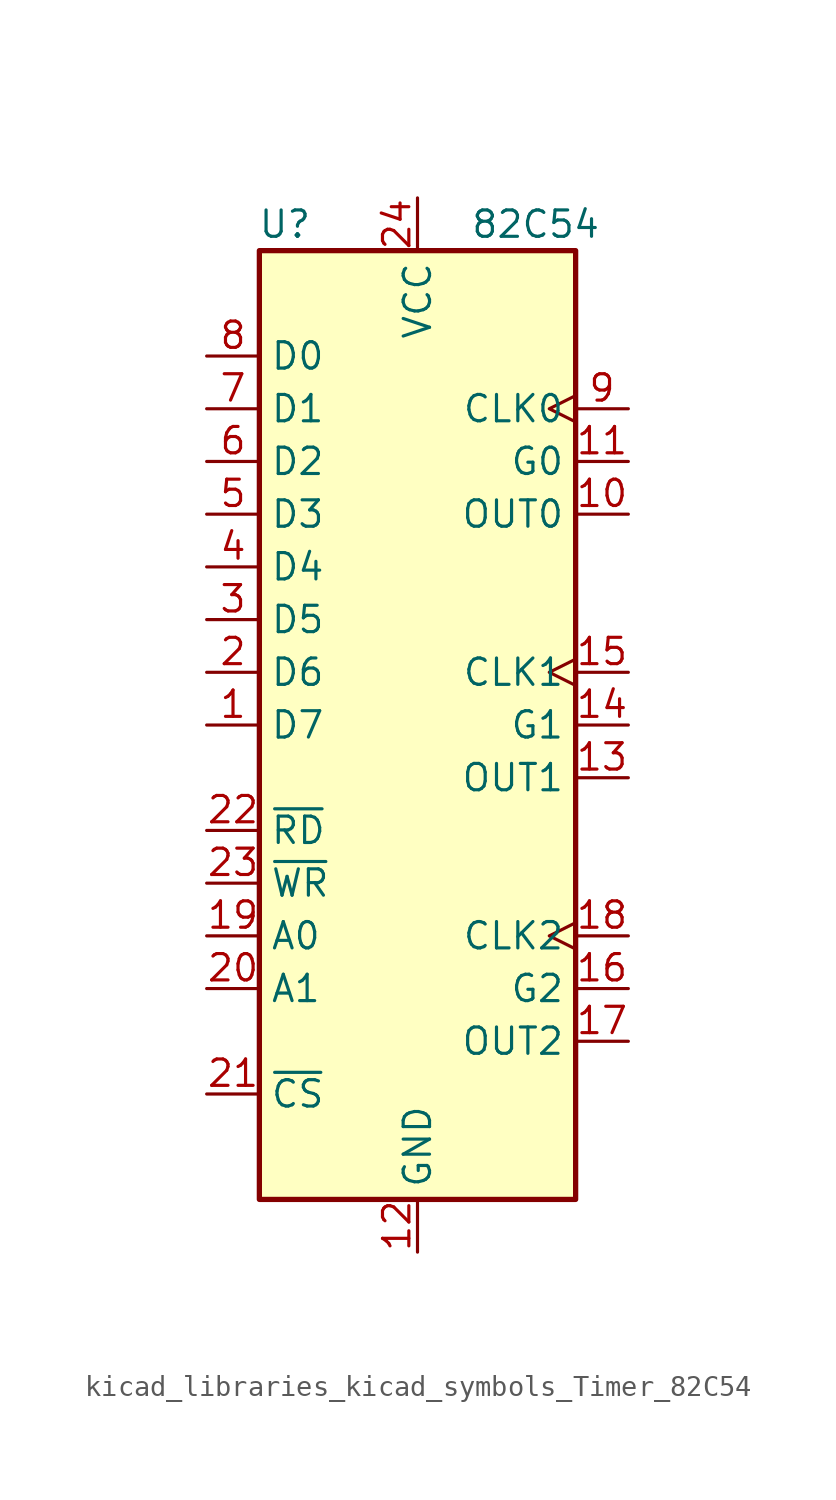
<source format=kicad_sym>
(kicad_symbol_lib
  (version 20220914)
  (generator kicad_symbol_editor)
  (symbol "kicad_libraries_kicad_symbols_Timer_82C54"
    (property "Reference" "U"
      (at -5.08 24.13 0)
      (effects (font (size 1.27 1.27)) (justify right)))
    (property "Value" "82C54"
      (at 2.54 24.13 0)
      (effects (font (size 1.27 1.27)) (justify left)))
    (symbol "kicad_libraries_kicad_symbols_Timer_82C54_0_1"
      (rectangle (start -7.62 -22.86) (end 7.62 22.86) (stroke (width 0.254) (type default)) (fill (type background))))
    (symbol "kicad_libraries_kicad_symbols_Timer_82C54_1_1"
      (pin bidirectional line (at -10.16 0 0) (length 2.54) (name "D7" (effects (font (size 1.27 1.27)))) (number "1" (effects (font (size 1.27 1.27)))))
      (pin output line (at 10.16 10.16 180) (length 2.54) (name "OUT0" (effects (font (size 1.27 1.27)))) (number "10" (effects (font (size 1.27 1.27)))))
      (pin input line (at 10.16 12.7 180) (length 2.54) (name "G0" (effects (font (size 1.27 1.27)))) (number "11" (effects (font (size 1.27 1.27)))))
      (pin power_in line (at 0 -25.4 90) (length 2.54) (name "GND" (effects (font (size 1.27 1.27)))) (number "12" (effects (font (size 1.27 1.27)))))
      (pin output line (at 10.16 -2.54 180) (length 2.54) (name "OUT1" (effects (font (size 1.27 1.27)))) (number "13" (effects (font (size 1.27 1.27)))))
      (pin input line (at 10.16 0 180) (length 2.54) (name "G1" (effects (font (size 1.27 1.27)))) (number "14" (effects (font (size 1.27 1.27)))))
      (pin input clock (at 10.16 2.54 180) (length 2.54) (name "CLK1" (effects (font (size 1.27 1.27)))) (number "15" (effects (font (size 1.27 1.27)))))
      (pin input line (at 10.16 -12.7 180) (length 2.54) (name "G2" (effects (font (size 1.27 1.27)))) (number "16" (effects (font (size 1.27 1.27)))))
      (pin output line (at 10.16 -15.24 180) (length 2.54) (name "OUT2" (effects (font (size 1.27 1.27)))) (number "17" (effects (font (size 1.27 1.27)))))
      (pin input clock (at 10.16 -10.16 180) (length 2.54) (name "CLK2" (effects (font (size 1.27 1.27)))) (number "18" (effects (font (size 1.27 1.27)))))
      (pin input line (at -10.16 -10.16 0) (length 2.54) (name "A0" (effects (font (size 1.27 1.27)))) (number "19" (effects (font (size 1.27 1.27)))))
      (pin bidirectional line (at -10.16 2.54 0) (length 2.54) (name "D6" (effects (font (size 1.27 1.27)))) (number "2" (effects (font (size 1.27 1.27)))))
      (pin input line (at -10.16 -12.7 0) (length 2.54) (name "A1" (effects (font (size 1.27 1.27)))) (number "20" (effects (font (size 1.27 1.27)))))
      (pin input line (at -10.16 -17.78 0) (length 2.54) (name "~{CS}" (effects (font (size 1.27 1.27)))) (number "21" (effects (font (size 1.27 1.27)))))
      (pin input line (at -10.16 -5.08 0) (length 2.54) (name "~{RD}" (effects (font (size 1.27 1.27)))) (number "22" (effects (font (size 1.27 1.27)))))
      (pin input line (at -10.16 -7.62 0) (length 2.54) (name "~{WR}" (effects (font (size 1.27 1.27)))) (number "23" (effects (font (size 1.27 1.27)))))
      (pin power_in line (at 0 25.4 270) (length 2.54) (name "VCC" (effects (font (size 1.27 1.27)))) (number "24" (effects (font (size 1.27 1.27)))))
      (pin bidirectional line (at -10.16 5.08 0) (length 2.54) (name "D5" (effects (font (size 1.27 1.27)))) (number "3" (effects (font (size 1.27 1.27)))))
      (pin bidirectional line (at -10.16 7.62 0) (length 2.54) (name "D4" (effects (font (size 1.27 1.27)))) (number "4" (effects (font (size 1.27 1.27)))))
      (pin bidirectional line (at -10.16 10.16 0) (length 2.54) (name "D3" (effects (font (size 1.27 1.27)))) (number "5" (effects (font (size 1.27 1.27)))))
      (pin bidirectional line (at -10.16 12.7 0) (length 2.54) (name "D2" (effects (font (size 1.27 1.27)))) (number "6" (effects (font (size 1.27 1.27)))))
      (pin bidirectional line (at -10.16 15.24 0) (length 2.54) (name "D1" (effects (font (size 1.27 1.27)))) (number "7" (effects (font (size 1.27 1.27)))))
      (pin bidirectional line (at -10.16 17.78 0) (length 2.54) (name "D0" (effects (font (size 1.27 1.27)))) (number "8" (effects (font (size 1.27 1.27)))))
      (pin input clock (at 10.16 15.24 180) (length 2.54) (name "CLK0" (effects (font (size 1.27 1.27)))) (number "9" (effects (font (size 1.27 1.27))))))))
</source>
